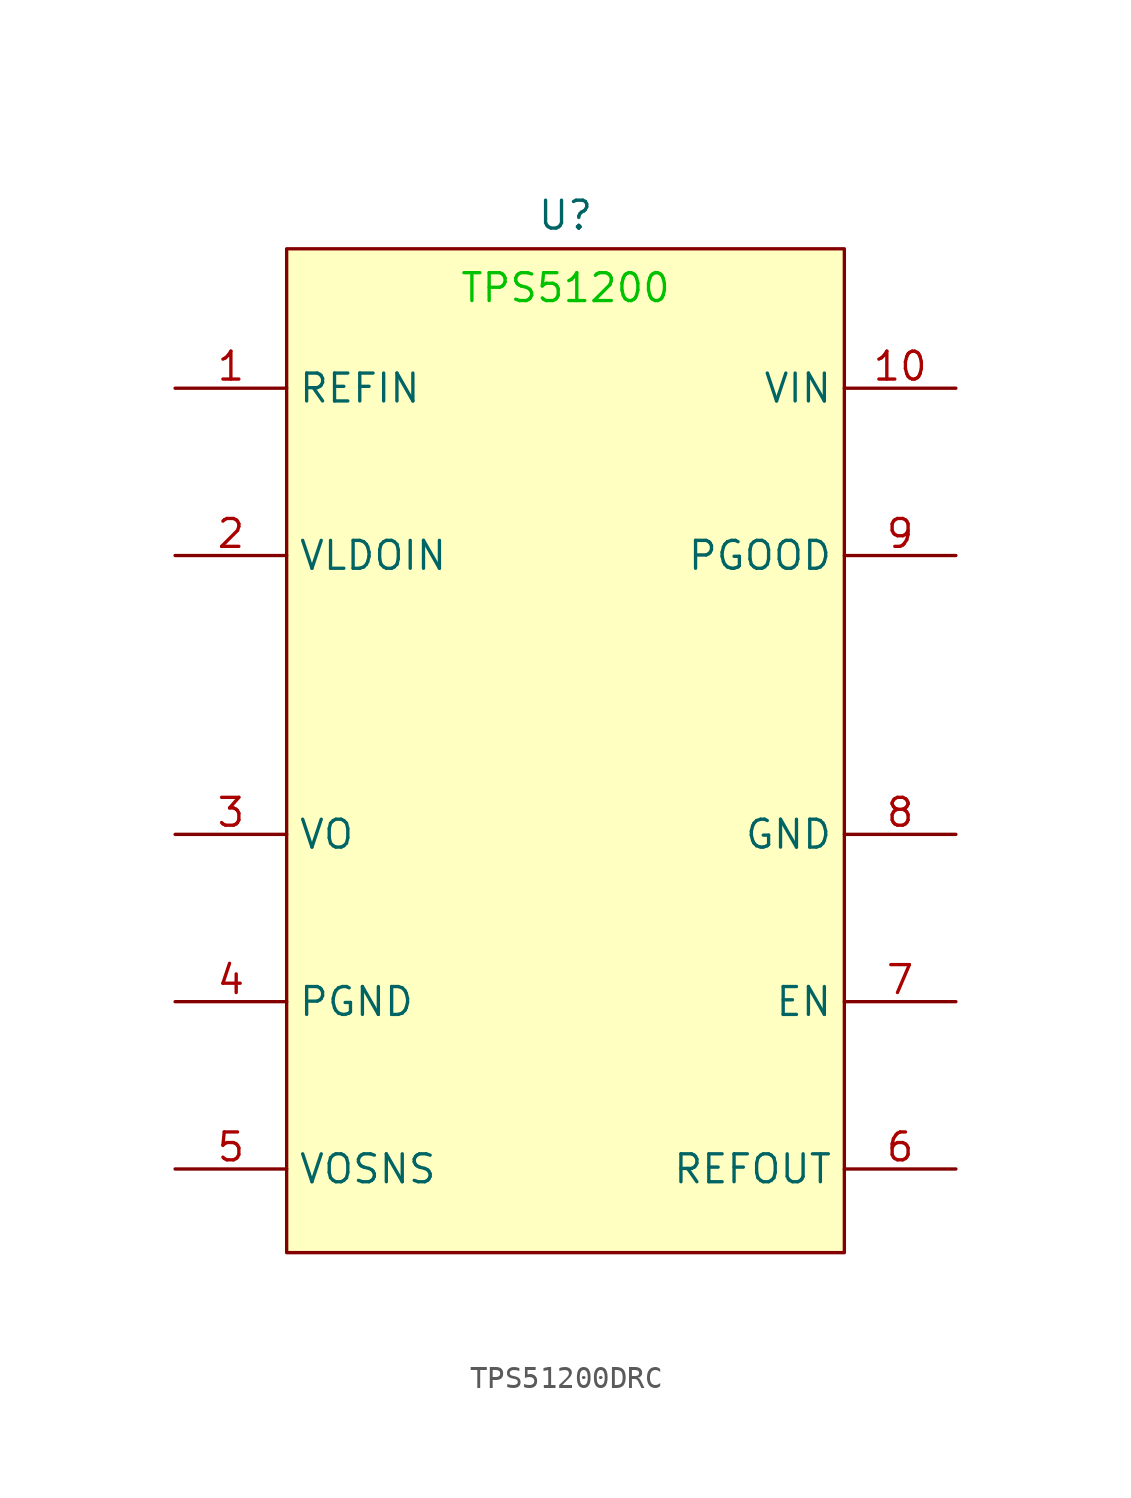
<source format=kicad_sym>
(kicad_symbol_lib
  (version 20241209)
  (generator "kicad_symbol_editor")
  (generator_version "9.0")
  (symbol "TPS51200DRC"
    (property "Reference" "U"
      (at 0 26.924 0)
      (effects (font (size 1.27 1.27))))
    (property "Value" ""
      (at 0 0 0)
      (effects (font (size 1.27 1.27))))
    (symbol "TPS51200DRC_1_1"
      (rectangle (start -12.7 25.4) (end 12.7 -20.32) (stroke (width 0) (type solid)) (fill (type background)))
      (text "TPS51200" (at 0 23.622 0) (effects (font (size 1.27 1.27) (color 0 194 0 1))))
      (pin input line (at -17.78 19.05 0) (length 5.08) (name "REFIN" (effects (font (size 1.27 1.27)))) (number "1" (effects (font (size 1.27 1.27)))))
      (pin input line (at -17.78 11.43 0) (length 5.08) (name "VLDOIN" (effects (font (size 1.27 1.27)))) (number "2" (effects (font (size 1.27 1.27)))))
      (pin input line (at -17.78 -1.27 0) (length 5.08) (name "VO" (effects (font (size 1.27 1.27)))) (number "3" (effects (font (size 1.27 1.27)))))
      (pin input line (at -17.78 -8.89 0) (length 5.08) (name "PGND" (effects (font (size 1.27 1.27)))) (number "4" (effects (font (size 1.27 1.27)))))
      (pin input line (at -17.78 -16.51 0) (length 5.08) (name "VOSNS" (effects (font (size 1.27 1.27)))) (number "5" (effects (font (size 1.27 1.27)))))
      (pin input line (at 17.78 19.05 180) (length 5.08) (name "VIN" (effects (font (size 1.27 1.27)))) (number "10" (effects (font (size 1.27 1.27)))))
      (pin input line (at 17.78 11.43 180) (length 5.08) (name "PGOOD" (effects (font (size 1.27 1.27)))) (number "9" (effects (font (size 1.27 1.27)))))
      (pin input line (at 17.78 -1.27 180) (length 5.08) (name "GND" (effects (font (size 1.27 1.27)))) (number "8" (effects (font (size 1.27 1.27)))))
      (pin input line (at 17.78 -8.89 180) (length 5.08) (name "EN" (effects (font (size 1.27 1.27)))) (number "7" (effects (font (size 1.27 1.27)))))
      (pin input line (at 17.78 -16.51 180) (length 5.08) (name "REFOUT" (effects (font (size 1.27 1.27)))) (number "6" (effects (font (size 1.27 1.27))))))))
</source>
